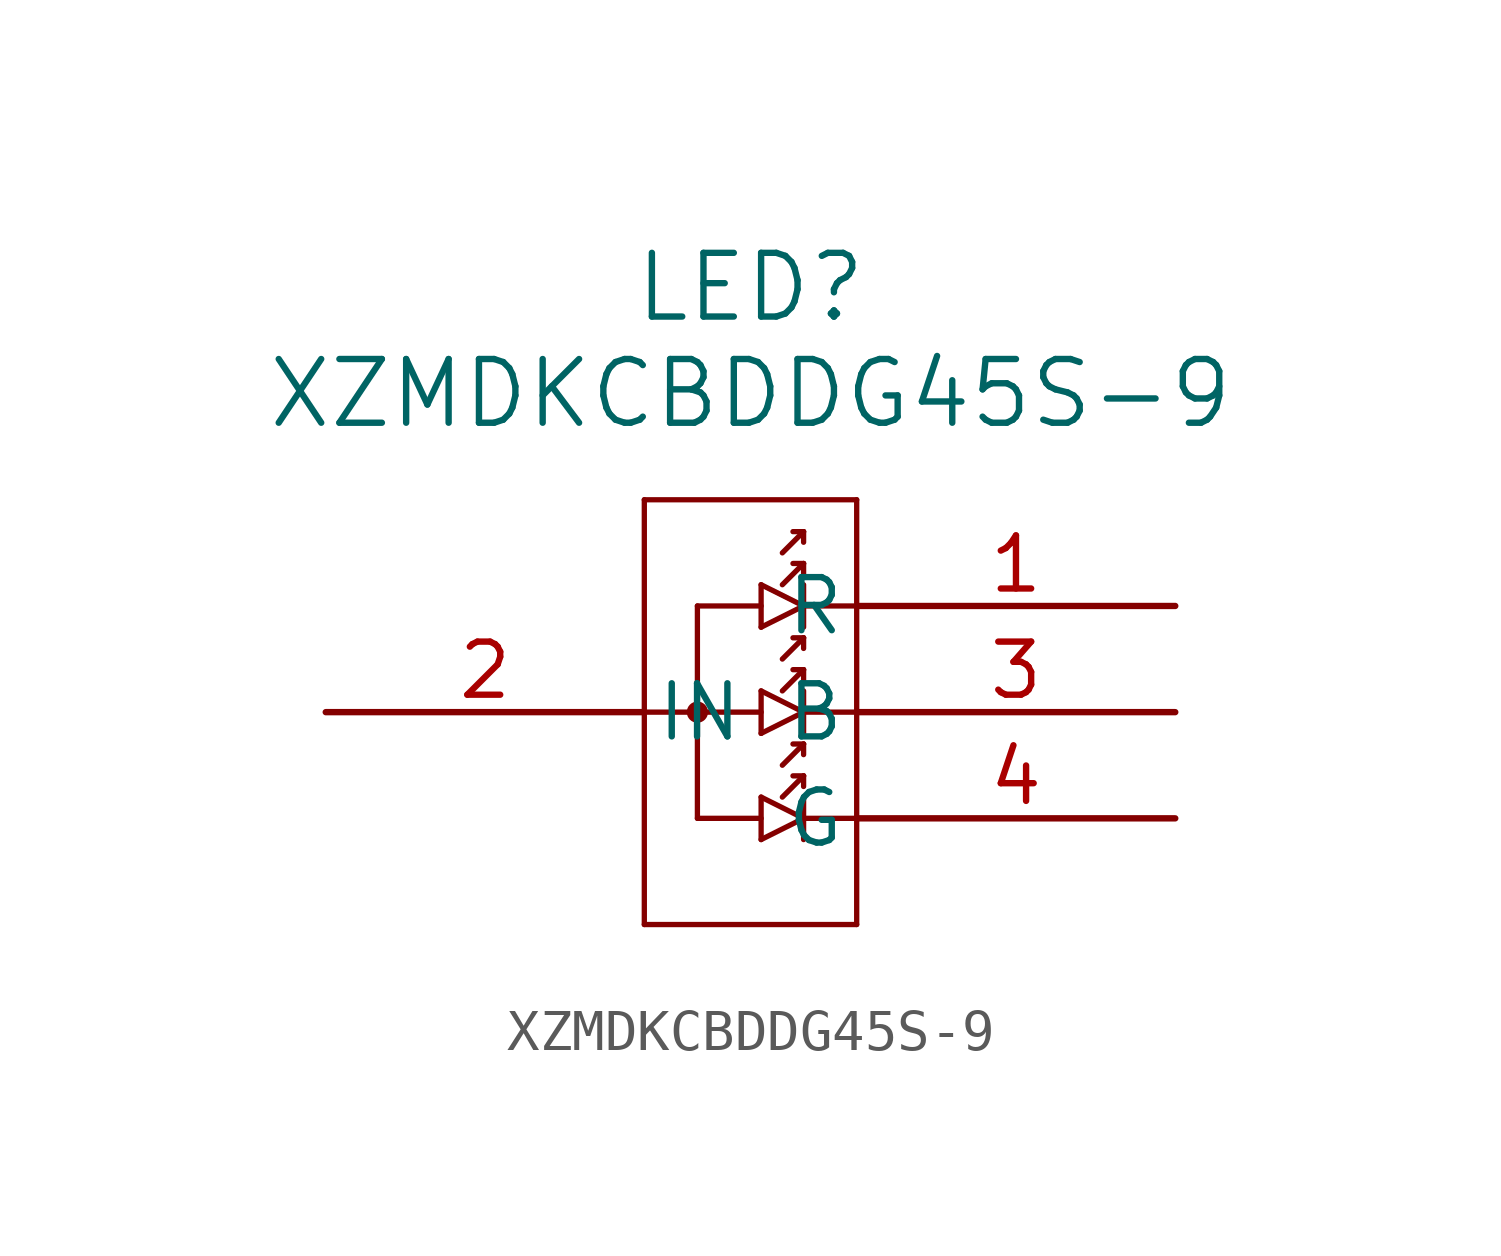
<source format=kicad_sym>
(kicad_symbol_lib
  (version 20220914)
  (generator kicad_symbol_editor)
  (symbol "XZMDKCBDDG45S-9"
    (pin_names
      (offset 0.254))
    (property "Reference" "LED"
      (at 10.16 10.16 0)
      (effects (font (size 1.524 1.524))))
    (property "Value" "XZMDKCBDDG45S-9"
      (at 10.16 7.62 0)
      (effects (font (size 1.524 1.524))))
    (property "ki_locked" ""
      (at 0 0 0)
      (effects (font (size 1.27 1.27))))
    (symbol "XZMDKCBDDG45S-9_0_1"
      (polyline (pts (xy 7.62 -5.08) (xy 12.7 -5.08)) (stroke (width 0.127) (type default)) (fill (type none)))
      (polyline (pts (xy 7.62 0) (xy 10.414 0)) (stroke (width 0.127) (type default)) (fill (type none)))
      (polyline (pts (xy 7.62 5.08) (xy 7.62 -5.08)) (stroke (width 0.127) (type default)) (fill (type none)))
      (polyline (pts (xy 8.89 -2.54) (xy 10.414 -2.54)) (stroke (width 0.127) (type default)) (fill (type none)))
      (polyline (pts (xy 8.89 2.54) (xy 8.89 -2.54)) (stroke (width 0.127) (type default)) (fill (type none)))
      (polyline (pts (xy 8.89 2.54) (xy 10.414 2.54)) (stroke (width 0.127) (type default)) (fill (type none)))
      (polyline (pts (xy 10.414 -3.048) (xy 10.414 -2.032)) (stroke (width 0.127) (type default)) (fill (type none)))
      (polyline (pts (xy 10.414 -3.048) (xy 11.43 -2.54)) (stroke (width 0.127) (type default)) (fill (type none)))
      (polyline (pts (xy 10.414 -0.508) (xy 10.414 0.508)) (stroke (width 0.127) (type default)) (fill (type none)))
      (polyline (pts (xy 10.414 -0.508) (xy 11.43 0)) (stroke (width 0.127) (type default)) (fill (type none)))
      (polyline (pts (xy 10.414 2.032) (xy 10.414 3.048)) (stroke (width 0.127) (type default)) (fill (type none)))
      (polyline (pts (xy 10.414 2.032) (xy 11.43 2.54)) (stroke (width 0.127) (type default)) (fill (type none)))
      (polyline (pts (xy 10.922 -2.032) (xy 11.43 -1.524)) (stroke (width 0.127) (type default)) (fill (type none)))
      (polyline (pts (xy 10.922 -1.27) (xy 11.43 -0.762)) (stroke (width 0.127) (type default)) (fill (type none)))
      (polyline (pts (xy 10.922 0.508) (xy 11.43 1.016)) (stroke (width 0.127) (type default)) (fill (type none)))
      (polyline (pts (xy 10.922 1.27) (xy 11.43 1.778)) (stroke (width 0.127) (type default)) (fill (type none)))
      (polyline (pts (xy 10.922 3.048) (xy 11.43 3.556)) (stroke (width 0.127) (type default)) (fill (type none)))
      (polyline (pts (xy 10.922 3.81) (xy 11.43 4.318)) (stroke (width 0.127) (type default)) (fill (type none)))
      (polyline (pts (xy 11.43 -3.048) (xy 11.43 -2.032)) (stroke (width 0.127) (type default)) (fill (type none)))
      (polyline (pts (xy 11.43 -2.54) (xy 10.414 -2.032)) (stroke (width 0.127) (type default)) (fill (type none)))
      (polyline (pts (xy 11.43 -2.54) (xy 12.7 -2.54)) (stroke (width 0.127) (type default)) (fill (type none)))
      (polyline (pts (xy 11.43 -1.524) (xy 11.176 -1.524)) (stroke (width 0.127) (type default)) (fill (type none)))
      (polyline (pts (xy 11.43 -1.524) (xy 11.43 -1.778)) (stroke (width 0.127) (type default)) (fill (type none)))
      (polyline (pts (xy 11.43 -1.016) (xy 11.43 -0.762)) (stroke (width 0.127) (type default)) (fill (type none)))
      (polyline (pts (xy 11.43 -0.762) (xy 11.176 -0.762)) (stroke (width 0.127) (type default)) (fill (type none)))
      (polyline (pts (xy 11.43 -0.508) (xy 11.43 0.508)) (stroke (width 0.127) (type default)) (fill (type none)))
      (polyline (pts (xy 11.43 0) (xy 10.414 0.508)) (stroke (width 0.127) (type default)) (fill (type none)))
      (polyline (pts (xy 11.43 0) (xy 12.7 0)) (stroke (width 0.127) (type default)) (fill (type none)))
      (polyline (pts (xy 11.43 1.016) (xy 11.176 1.016)) (stroke (width 0.127) (type default)) (fill (type none)))
      (polyline (pts (xy 11.43 1.016) (xy 11.43 0.762)) (stroke (width 0.127) (type default)) (fill (type none)))
      (polyline (pts (xy 11.43 1.524) (xy 11.43 1.778)) (stroke (width 0.127) (type default)) (fill (type none)))
      (polyline (pts (xy 11.43 1.778) (xy 11.176 1.778)) (stroke (width 0.127) (type default)) (fill (type none)))
      (polyline (pts (xy 11.43 2.032) (xy 11.43 3.048)) (stroke (width 0.127) (type default)) (fill (type none)))
      (polyline (pts (xy 11.43 2.54) (xy 10.414 3.048)) (stroke (width 0.127) (type default)) (fill (type none)))
      (polyline (pts (xy 11.43 2.54) (xy 12.7 2.54)) (stroke (width 0.127) (type default)) (fill (type none)))
      (polyline (pts (xy 11.43 3.556) (xy 11.176 3.556)) (stroke (width 0.127) (type default)) (fill (type none)))
      (polyline (pts (xy 11.43 3.556) (xy 11.43 3.302)) (stroke (width 0.127) (type default)) (fill (type none)))
      (polyline (pts (xy 11.43 4.064) (xy 11.43 4.318)) (stroke (width 0.127) (type default)) (fill (type none)))
      (polyline (pts (xy 11.43 4.318) (xy 11.176 4.318)) (stroke (width 0.127) (type default)) (fill (type none)))
      (polyline (pts (xy 12.7 -5.08) (xy 12.7 5.08)) (stroke (width 0.127) (type default)) (fill (type none)))
      (polyline (pts (xy 12.7 5.08) (xy 7.62 5.08)) (stroke (width 0.127) (type default)) (fill (type none)))
      (circle (center 8.89 0) (radius 0.127) (stroke (width 0.254) (type default)) (fill (type none))))
    (symbol "XZMDKCBDDG45S-9_1_1"
      (pin unspecified line (at 20.32 2.54 180) (length 7.62) (name "R" (effects (font (size 1.27 1.27)))) (number "1" (effects (font (size 1.27 1.27)))))
      (pin unspecified line (at 0 0 0) (length 7.62) (name "IN" (effects (font (size 1.27 1.27)))) (number "2" (effects (font (size 1.27 1.27)))))
      (pin unspecified line (at 20.32 0 180) (length 7.62) (name "B" (effects (font (size 1.27 1.27)))) (number "3" (effects (font (size 1.27 1.27)))))
      (pin unspecified line (at 20.32 -2.54 180) (length 7.62) (name "G" (effects (font (size 1.27 1.27)))) (number "4" (effects (font (size 1.27 1.27))))))))
</source>
